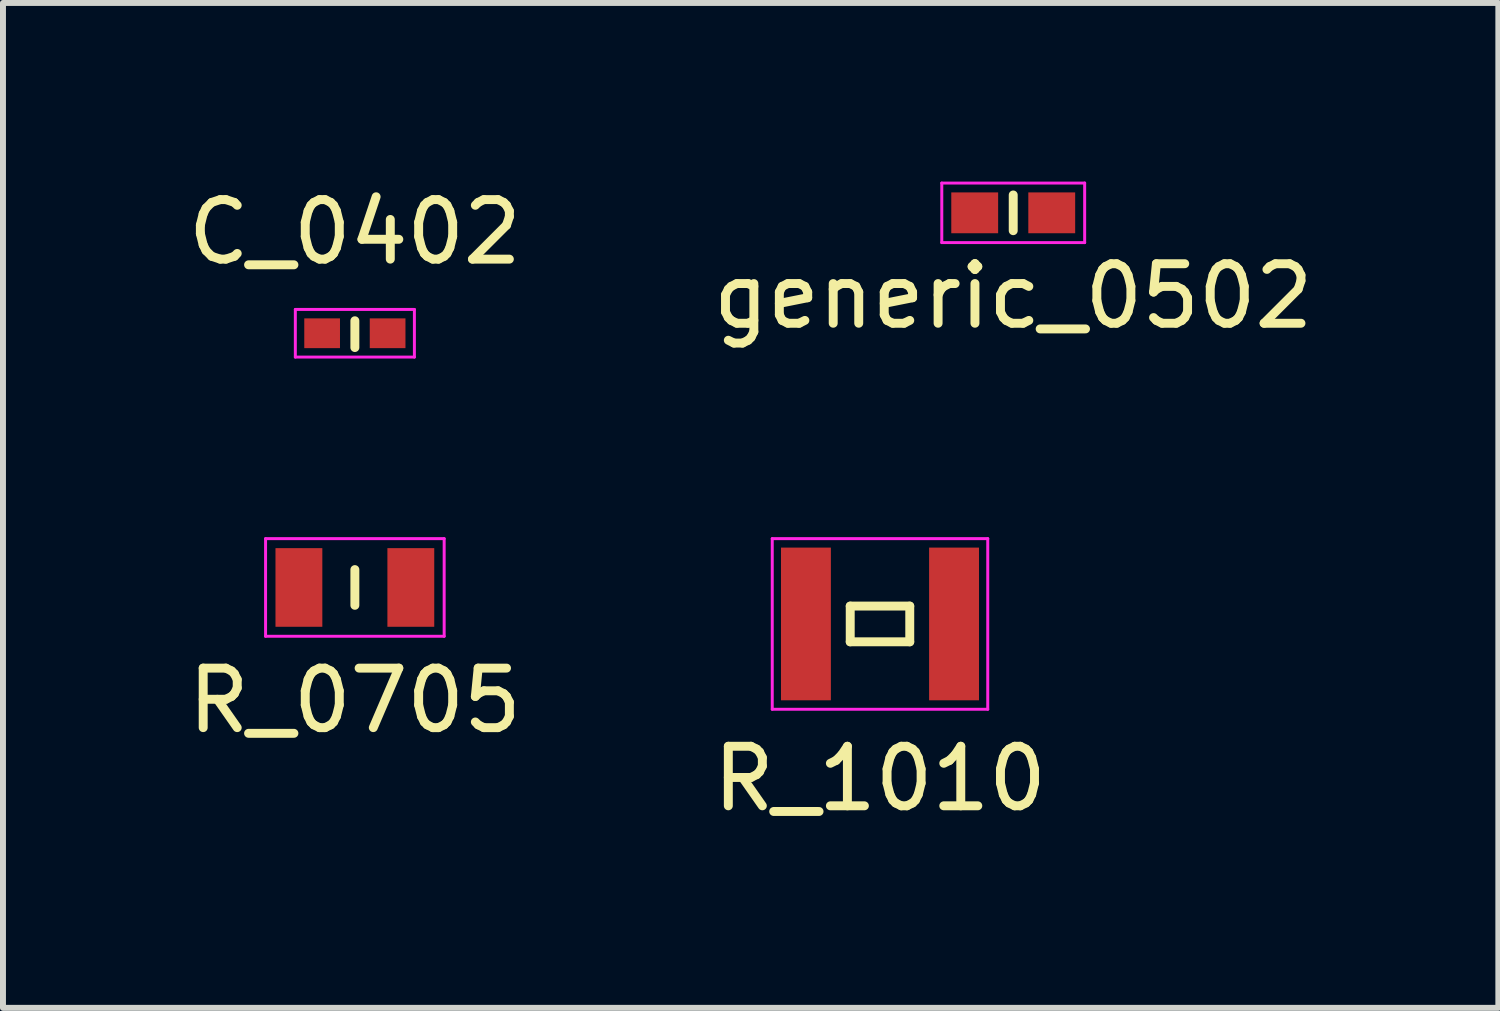
<source format=kicad_pcb>
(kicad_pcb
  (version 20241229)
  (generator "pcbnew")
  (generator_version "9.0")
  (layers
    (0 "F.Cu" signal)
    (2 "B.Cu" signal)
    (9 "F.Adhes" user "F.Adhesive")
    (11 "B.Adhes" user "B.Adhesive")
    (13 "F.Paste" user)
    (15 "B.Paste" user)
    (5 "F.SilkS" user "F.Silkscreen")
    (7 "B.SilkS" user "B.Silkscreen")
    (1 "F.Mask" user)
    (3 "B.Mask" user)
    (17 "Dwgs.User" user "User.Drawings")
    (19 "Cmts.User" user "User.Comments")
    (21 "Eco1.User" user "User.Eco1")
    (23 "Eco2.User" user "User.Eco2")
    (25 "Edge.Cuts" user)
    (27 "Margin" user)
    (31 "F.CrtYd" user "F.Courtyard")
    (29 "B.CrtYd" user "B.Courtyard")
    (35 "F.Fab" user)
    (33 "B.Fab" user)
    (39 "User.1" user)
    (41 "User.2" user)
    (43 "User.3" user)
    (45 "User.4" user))
  (footprint "R_1010"
    (layer "F.Cu")
    (at 11.732 7.431)
    (property "Reference" "R_1010" (at 0 2.6 0) (layer "F.SilkS") (effects (font (size 1 1) (thickness 0.15))))
    (attr smd)
    (fp_line (start -0.5 -0.3) (end -0.5 0.3) (stroke (width 0.15) (type solid)) (layer "F.SilkS"))
    (fp_line (start -0.5 -0.3) (end 0.5 -0.3) (stroke (width 0.15) (type solid)) (layer "F.SilkS"))
    (fp_line (start -0.5 0.3) (end 0.5 0.3) (stroke (width 0.15) (type solid)) (layer "F.SilkS"))
    (fp_line (start 0.5 -0.3) (end 0.5 0.3) (stroke (width 0.15) (type solid)) (layer "F.SilkS"))
    (fp_line (start -1.81 -1.433) (end -1.81 1.433) (stroke (width 0.05) (type solid)) (layer "F.CrtYd"))
    (fp_line (start -1.81 -1.433) (end 1.81 -1.433) (stroke (width 0.05) (type solid)) (layer "F.CrtYd"))
    (fp_line (start -1.81 1.433) (end 1.81 1.433) (stroke (width 0.05) (type solid)) (layer "F.CrtYd"))
    (fp_line (start 1.81 -1.433) (end 1.81 1.433) (stroke (width 0.05) (type solid)) (layer "F.CrtYd"))
    (pad "1" smd rect (at -1.244 0) (size 0.838 2.565) (layers "F.Cu" "F.Mask" "F.Paste"))
    (pad "2" smd rect (at 1.244 0) (size 0.838 2.565) (layers "F.Cu" "F.Mask" "F.Paste")))
  (footprint "R_0705"
    (layer "F.Cu")
    (at 2.911 6.818)
    (property "Reference" "R_0705" (at 0 1.9 0) (layer "F.SilkS") (effects (font (size 1 1) (thickness 0.15))))
    (attr through_hole)
    (fp_line (start 0 -0.3) (end 0 0.3) (stroke (width 0.15) (type solid)) (layer "F.SilkS"))
    (fp_line (start -1.5 -0.82) (end -1.5 0.82) (stroke (width 0.05) (type solid)) (layer "F.CrtYd"))
    (fp_line (start -1.5 -0.82) (end 1.5 -0.82) (stroke (width 0.05) (type solid)) (layer "F.CrtYd"))
    (fp_line (start -1.5 0.82) (end 1.5 0.82) (stroke (width 0.05) (type solid)) (layer "F.CrtYd"))
    (fp_line (start 1.5 -0.82) (end 1.5 0.82) (stroke (width 0.05) (type solid)) (layer "F.CrtYd"))
    (pad "1" smd rect (at -0.94 0) (size 0.787 1.321) (layers "F.Cu" "F.Mask" "F.Paste"))
    (pad "2" smd rect (at 0.94 0) (size 0.787 1.321) (layers "F.Cu" "F.Mask" "F.Paste")))
  (footprint "C_0402"
    (layer "F.Cu")
    (at 2.911 2.548)
    (property "Reference" "C_0402" (at 0 -1.7 0) (layer "F.SilkS") (effects (font (size 1 1) (thickness 0.15))))
    (attr smd)
    (fp_line (start 0 -0.21) (end 0 0.24) (stroke (width 0.15) (type solid)) (layer "F.SilkS"))
    (fp_line (start -1 -0.4) (end -1 0.4) (stroke (width 0.05) (type solid)) (layer "F.CrtYd"))
    (fp_line (start -1 -0.4) (end 1 -0.4) (stroke (width 0.05) (type solid)) (layer "F.CrtYd"))
    (fp_line (start -1 0.4) (end 1 0.4) (stroke (width 0.05) (type solid)) (layer "F.CrtYd"))
    (fp_line (start 1 -0.4) (end 1 0.4) (stroke (width 0.05) (type solid)) (layer "F.CrtYd"))
    (pad "1" smd rect (at -0.55 0) (size 0.6 0.5) (layers "F.Cu" "F.Mask" "F.Paste"))
    (pad "2" smd rect (at 0.55 0) (size 0.6 0.5) (layers "F.Cu" "F.Mask" "F.Paste")))
  (footprint "generic_0502"
    (layer "F.Cu")
    (at 13.97 0.525)
    (property "Reference" "generic_0502" (at 0 1.4 0) (layer "F.SilkS") (effects (font (size 1 1) (thickness 0.15))))
    (attr through_hole)
    (fp_line (start 0 -0.3) (end 0 0.3) (stroke (width 0.15) (type solid)) (layer "F.SilkS"))
    (fp_line (start -1.2 -0.5) (end -1.2 0.5) (stroke (width 0.05) (type solid)) (layer "F.CrtYd"))
    (fp_line (start -1.2 -0.5) (end 1.2 -0.5) (stroke (width 0.05) (type solid)) (layer "F.CrtYd"))
    (fp_line (start -1.2 0.5) (end 1.2 0.5) (stroke (width 0.05) (type solid)) (layer "F.CrtYd"))
    (fp_line (start 1.2 -0.5) (end 1.2 0.5) (stroke (width 0.05) (type solid)) (layer "F.CrtYd"))
    (pad "1" smd rect (at -0.647 0) (size 0.787 0.686) (layers "F.Cu" "F.Mask" "F.Paste"))
    (pad "2" smd rect (at 0.647 0) (size 0.787 0.686) (layers "F.Cu" "F.Mask" "F.Paste")))
  (gr_rect
    (start -3 -3)
    (end 22.119 13.88)
    (stroke (width 0.1) (type default))
    (fill no)
    (layer "Edge.Cuts")))
</source>
